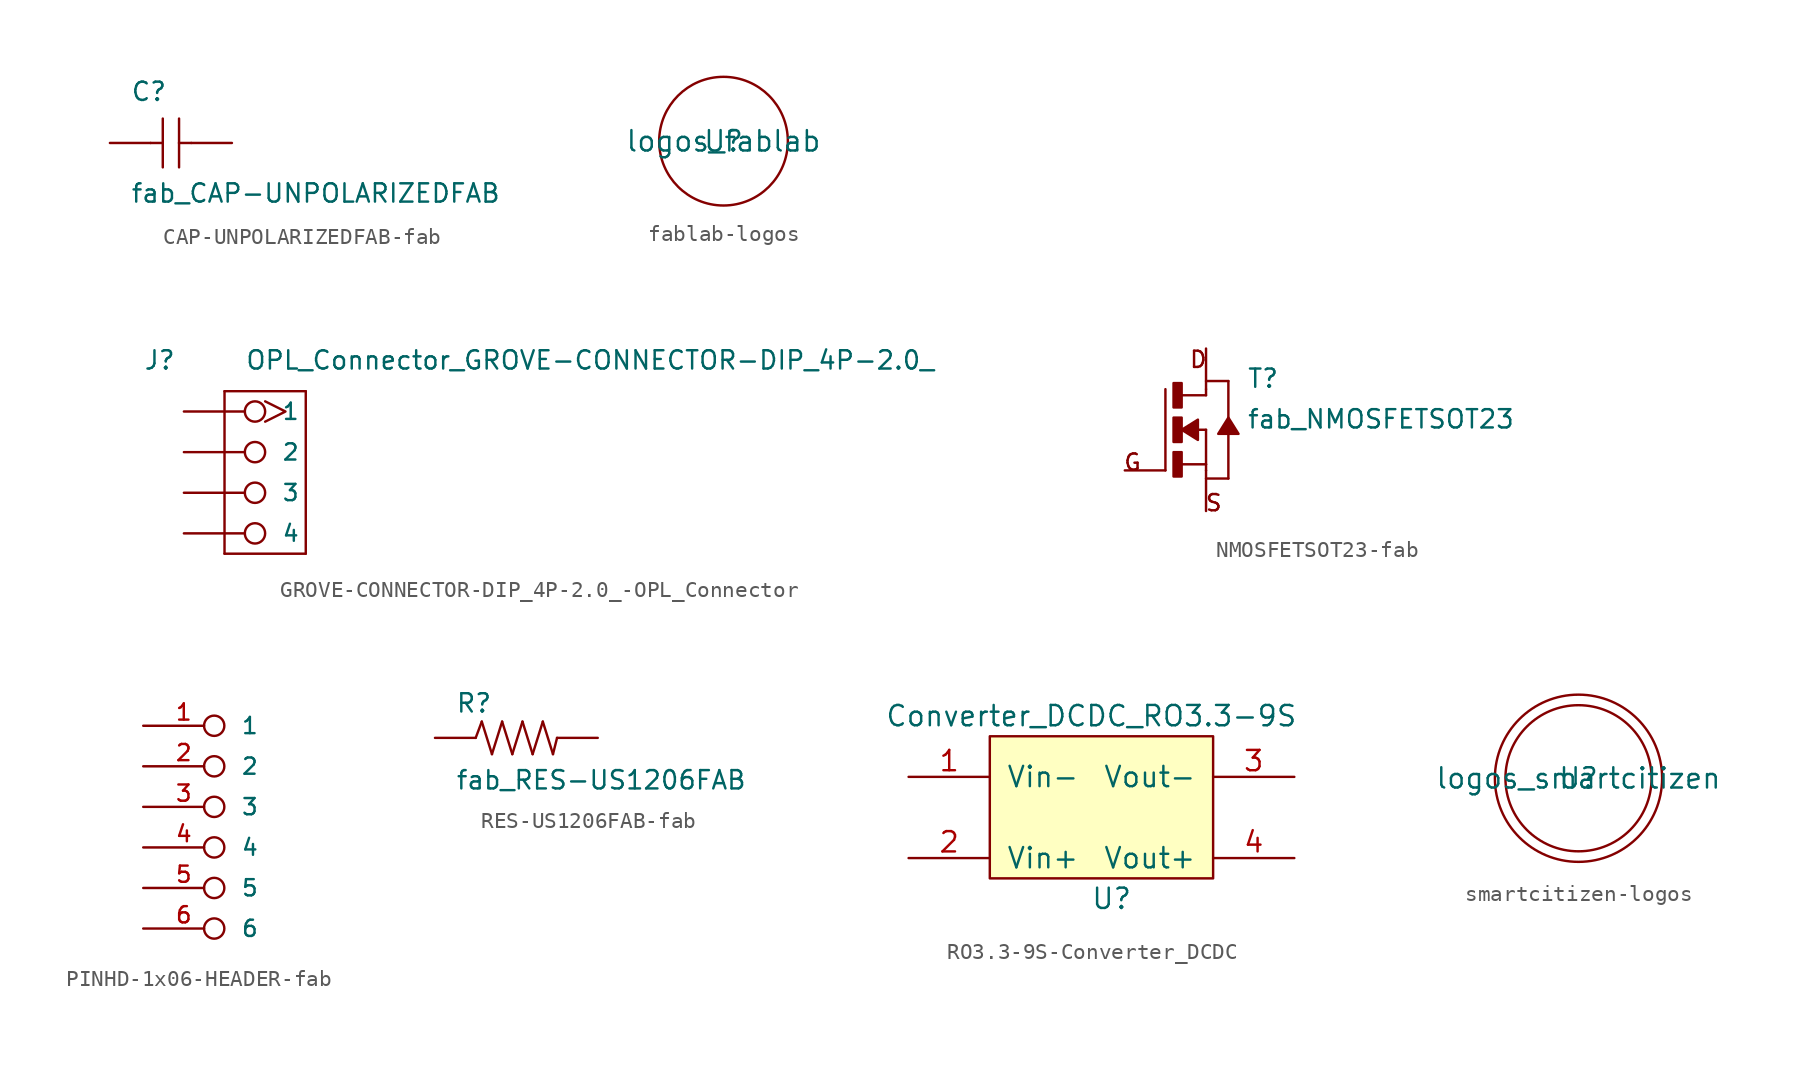
<source format=kicad_sym>
(kicad_symbol_lib
  (version 20220914)
  (generator kicad_symbol_editor)
  (symbol "CAP-UNPOLARIZEDFAB-fab"
    (pin_numbers hide)
    (pin_names
      (offset 1.016) hide)
    (property "Reference" "C"
      (at -3.81 2.54 0)
      (effects (font (size 1.143 1.143)) (justify left bottom)))
    (property "Value" "fab_CAP-UNPOLARIZEDFAB"
      (at -3.81 -3.81 0)
      (effects (font (size 1.143 1.143)) (justify left bottom)))
    (property "ki_locked" ""
      (at 0 0 0)
      (effects (font (size 1.27 1.27))))
    (symbol "CAP-UNPOLARIZEDFAB-fab_1_0"
      (polyline (pts (xy -2.54 0) (xy -1.778 0)) (stroke (width 0) (type solid)) (fill (type none)))
      (polyline (pts (xy -1.778 0) (xy -1.778 -1.524)) (stroke (width 0) (type solid)) (fill (type none)))
      (polyline (pts (xy -1.778 1.524) (xy -1.778 0)) (stroke (width 0) (type solid)) (fill (type none)))
      (polyline (pts (xy -0.762 0) (xy -0.762 -1.524)) (stroke (width 0) (type solid)) (fill (type none)))
      (polyline (pts (xy -0.762 0) (xy 0 0)) (stroke (width 0) (type solid)) (fill (type none)))
      (polyline (pts (xy -0.762 1.524) (xy -0.762 0)) (stroke (width 0) (type solid)) (fill (type none))))
    (symbol "CAP-UNPOLARIZEDFAB-fab_1_1"
      (pin passive line (at -5.08 0 0) (length 2.54) (name "1" (effects (font (size 1.016 1.016)))) (number "1" (effects (font (size 1.016 1.016)))))
      (pin passive line (at 2.54 0 180) (length 2.54) (name "2" (effects (font (size 1.016 1.016)))) (number "2" (effects (font (size 1.016 1.016)))))))
  (symbol "fablab-logos"
    (pin_names
      (offset 1.016))
    (property "Reference" "U"
      (at 0 0 0)
      (effects (font (size 1.27 1.27))))
    (property "Value" "logos_fablab"
      (at 0 0 0)
      (effects (font (size 1.27 1.27))))
    (symbol "fablab-logos_0_1"
      (circle (center 0 0) (radius 4.013) (stroke (width 0) (type solid)) (fill (type none)))))
  (symbol "GROVE-CONNECTOR-DIP_4P-2.0_-OPL_Connector"
    (pin_numbers hide)
    (pin_names
      (offset 1.016))
    (property "Reference" "J"
      (at -6.35 6.35 0)
      (effects (font (size 1.143 1.143)) (justify left bottom)))
    (property "Value" "OPL_Connector_GROVE-CONNECTOR-DIP_4P-2.0_"
      (at 0 6.35 0)
      (effects (font (size 1.143 1.143)) (justify left bottom)))
    (property "ki_locked" ""
      (at 0 0 0)
      (effects (font (size 1.27 1.27))))
    (symbol "GROVE-CONNECTOR-DIP_4P-2.0_-OPL_Connector_1_0"
      (polyline (pts (xy -1.27 -5.08) (xy -1.27 5.08)) (stroke (width 0) (type solid)) (fill (type none)))
      (polyline (pts (xy -1.27 5.08) (xy 3.81 5.08)) (stroke (width 0) (type solid)) (fill (type none)))
      (polyline (pts (xy 3.81 -5.08) (xy -1.27 -5.08)) (stroke (width 0) (type solid)) (fill (type none)))
      (polyline (pts (xy 3.81 5.08) (xy 3.81 -5.08)) (stroke (width 0) (type solid)) (fill (type none))))
    (symbol "GROVE-CONNECTOR-DIP_4P-2.0_-OPL_Connector_1_1"
      (pin bidirectional inverted_clock (at -3.81 3.81 0) (length 5.08) (name "1" (effects (font (size 1.016 1.016)))) (number "1" (effects (font (size 1.016 1.016)))))
      (pin bidirectional inverted (at -3.81 1.27 0) (length 5.08) (name "2" (effects (font (size 1.016 1.016)))) (number "2" (effects (font (size 1.016 1.016)))))
      (pin bidirectional inverted (at -3.81 -1.27 0) (length 5.08) (name "3" (effects (font (size 1.016 1.016)))) (number "3" (effects (font (size 1.016 1.016)))))
      (pin bidirectional inverted (at -3.81 -3.81 0) (length 5.08) (name "4" (effects (font (size 1.016 1.016)))) (number "4" (effects (font (size 1.016 1.016)))))))
  (symbol "NMOSFETSOT23-fab"
    (pin_numbers hide)
    (pin_names
      (offset 1.016) hide)
    (property "Reference" "T"
      (at 2.54 2.54 0)
      (effects (font (size 1.143 1.143)) (justify left bottom)))
    (property "Value" "fab_NMOSFETSOT23"
      (at 2.54 0 0)
      (effects (font (size 1.143 1.143)) (justify left bottom)))
    (property "ki_locked" ""
      (at 0 0 0)
      (effects (font (size 1.27 1.27))))
    (symbol "NMOSFETSOT23-fab_1_0"
      (polyline (pts (xy -2.54 -2.54) (xy -2.54 2.54)) (stroke (width 0) (type solid)) (fill (type none)))
      (polyline (pts (xy -1.524 -2.159) (xy 0 -2.159)) (stroke (width 0) (type solid)) (fill (type none)))
      (polyline (pts (xy -1.524 2.159) (xy 0 2.159)) (stroke (width 0) (type solid)) (fill (type none)))
      (polyline (pts (xy -0.508 0) (xy 0 0)) (stroke (width 0) (type solid)) (fill (type none)))
      (polyline (pts (xy 0 -2.159) (xy 0 -2.54)) (stroke (width 0) (type solid)) (fill (type none)))
      (polyline (pts (xy 0 0) (xy 0 -2.159)) (stroke (width 0) (type solid)) (fill (type none)))
      (polyline (pts (xy 0 2.159) (xy 0 2.54)) (stroke (width 0) (type solid)) (fill (type none)))
      (polyline (pts (xy 0 3.048) (xy 1.397 3.048)) (stroke (width 0) (type solid)) (fill (type none)))
      (polyline (pts (xy 1.397 -3.048) (xy 0 -3.048)) (stroke (width 0) (type solid)) (fill (type none)))
      (polyline (pts (xy 1.397 -0.254) (xy 1.397 -3.048)) (stroke (width 0) (type solid)) (fill (type none)))
      (polyline (pts (xy 1.397 3.048) (xy 1.397 0.762)) (stroke (width 0) (type solid)) (fill (type none)))
      (text "D" (at -0.483 4.394 0) (effects (font (size 1.016 1.016))))
      (text "G" (at -4.597 -2.032 0) (effects (font (size 1.016 1.016))))
      (text "S" (at 0.483 -4.572 0) (effects (font (size 1.016 1.016)))))
    (symbol "NMOSFETSOT23-fab_1_1"
      (rectangle (start -2.032 -2.921) (end -1.524 -1.397) (stroke (width 0) (type solid)) (fill (type outline)))
      (rectangle (start -2.032 -0.762) (end -1.524 0.762) (stroke (width 0) (type solid)) (fill (type outline)))
      (rectangle (start -2.032 1.397) (end -1.524 2.921) (stroke (width 0) (type solid)) (fill (type outline)))
      (polyline (pts (xy -1.524 0) (xy -0.508 0.635) (xy -0.508 0.635) (xy -0.508 -0.635) (xy -0.508 -0.635) (xy -1.524 0)) (stroke (width 0) (type solid)) (fill (type outline)))
      (polyline (pts (xy 1.397 0.762) (xy 2.032 -0.254) (xy 2.032 -0.254) (xy 0.762 -0.254) (xy 0.762 -0.254) (xy 1.397 0.762)) (stroke (width 0) (type solid)) (fill (type outline)))
      (pin passive line (at 0 5.08 270) (length 2.54) (name "D" (effects (font (size 1.016 1.016)))) (number "1" (effects (font (size 1.016 1.016)))))
      (pin passive line (at 0 -5.08 90) (length 2.54) (name "S" (effects (font (size 1.016 1.016)))) (number "2" (effects (font (size 1.016 1.016)))))
      (pin passive line (at -5.08 -2.54 0) (length 2.54) (name "G" (effects (font (size 1.016 1.016)))) (number "3" (effects (font (size 1.016 1.016)))))))
  (symbol "PINHD-1x06-HEADER-fab"
    (pin_names
      (offset 1.016))
    (property "Reference" "M"
      (at 0 0 0)
      (effects (font (size 1.143 1.143)) hide))
    (property "ki_locked" ""
      (at 0 0 0)
      (effects (font (size 1.27 1.27))))
    (symbol "PINHD-1x06-HEADER-fab_1_1"
      (pin passive inverted (at 0 12.7 0) (length 5.08) (name "1" (effects (font (size 1.016 1.016)))) (number "1" (effects (font (size 1.016 1.016)))))
      (pin passive inverted (at 0 10.16 0) (length 5.08) (name "2" (effects (font (size 1.016 1.016)))) (number "2" (effects (font (size 1.016 1.016)))))
      (pin passive inverted (at 0 7.62 0) (length 5.08) (name "3" (effects (font (size 1.016 1.016)))) (number "3" (effects (font (size 1.016 1.016)))))
      (pin passive inverted (at 0 5.08 0) (length 5.08) (name "4" (effects (font (size 1.016 1.016)))) (number "4" (effects (font (size 1.016 1.016)))))
      (pin passive inverted (at 0 2.54 0) (length 5.08) (name "5" (effects (font (size 1.016 1.016)))) (number "5" (effects (font (size 1.016 1.016)))))
      (pin passive inverted (at 0 0 0) (length 5.08) (name "6" (effects (font (size 1.016 1.016)))) (number "6" (effects (font (size 1.016 1.016)))))))
  (symbol "RES-US1206FAB-fab"
    (pin_numbers hide)
    (pin_names
      (offset 1.016) hide)
    (property "Reference" "R"
      (at -3.81 1.499 0)
      (effects (font (size 1.143 1.143)) (justify left bottom)))
    (property "Value" "fab_RES-US1206FAB"
      (at -3.81 -3.302 0)
      (effects (font (size 1.143 1.143)) (justify left bottom)))
    (property "ki_locked" ""
      (at 0 0 0)
      (effects (font (size 1.27 1.27))))
    (symbol "RES-US1206FAB-fab_1_0"
      (polyline (pts (xy -2.54 0) (xy -2.159 1.016)) (stroke (width 0) (type solid)) (fill (type none)))
      (polyline (pts (xy -2.159 1.016) (xy -1.524 -1.016)) (stroke (width 0) (type solid)) (fill (type none)))
      (polyline (pts (xy -1.524 -1.016) (xy -0.889 1.016)) (stroke (width 0) (type solid)) (fill (type none)))
      (polyline (pts (xy -0.889 1.016) (xy -0.254 -1.016)) (stroke (width 0) (type solid)) (fill (type none)))
      (polyline (pts (xy -0.254 -1.016) (xy 0.381 1.016)) (stroke (width 0) (type solid)) (fill (type none)))
      (polyline (pts (xy 0.381 1.016) (xy 1.016 -1.016)) (stroke (width 0) (type solid)) (fill (type none)))
      (polyline (pts (xy 1.016 -1.016) (xy 1.651 1.016)) (stroke (width 0) (type solid)) (fill (type none)))
      (polyline (pts (xy 1.651 1.016) (xy 2.286 -1.016)) (stroke (width 0) (type solid)) (fill (type none)))
      (polyline (pts (xy 2.286 -1.016) (xy 2.54 0)) (stroke (width 0) (type solid)) (fill (type none))))
    (symbol "RES-US1206FAB-fab_1_1"
      (pin passive line (at -5.08 0 0) (length 2.54) (name "1" (effects (font (size 1.016 1.016)))) (number "1" (effects (font (size 1.016 1.016)))))
      (pin passive line (at 5.08 0 180) (length 2.54) (name "2" (effects (font (size 1.016 1.016)))) (number "2" (effects (font (size 1.016 1.016)))))))
  (symbol "RO3.3-9S-Converter_DCDC"
    (pin_names
      (offset 1.016))
    (property "Reference" "U"
      (at 0 -5.08 0)
      (effects (font (size 1.27 1.27))))
    (property "Value" "Converter_DCDC_RO3.3-9S"
      (at -1.27 6.35 0)
      (effects (font (size 1.27 1.27))))
    (symbol "RO3.3-9S-Converter_DCDC_0_1"
      (rectangle (start -7.62 5.08) (end 6.35 -3.81) (stroke (width 0) (type solid)) (fill (type background))))
    (symbol "RO3.3-9S-Converter_DCDC_1_1"
      (pin input line (at -12.7 2.54 0) (length 5.08) (name "Vin-" (effects (font (size 1.27 1.27)))) (number "1" (effects (font (size 1.27 1.27)))))
      (pin input line (at -12.7 -2.54 0) (length 5.08) (name "Vin+" (effects (font (size 1.27 1.27)))) (number "2" (effects (font (size 1.27 1.27)))))
      (pin output line (at 11.43 2.54 180) (length 5.08) (name "Vout-" (effects (font (size 1.27 1.27)))) (number "3" (effects (font (size 1.27 1.27)))))
      (pin output line (at 11.43 -2.54 180) (length 5.08) (name "Vout+" (effects (font (size 1.27 1.27)))) (number "4" (effects (font (size 1.27 1.27)))))))
  (symbol "smartcitizen-logos"
    (pin_names
      (offset 1.016))
    (property "Reference" "U"
      (at 0 0 0)
      (effects (font (size 1.27 1.27))))
    (property "Value" "logos_smartcitizen"
      (at 0 0 0)
      (effects (font (size 1.27 1.27))))
    (symbol "smartcitizen-logos_0_1"
      (circle (center 0 0) (radius 4.572) (stroke (width 0) (type solid)) (fill (type none)))
      (circle (center 0 0) (radius 5.232) (stroke (width 0) (type solid)) (fill (type none))))))
</source>
